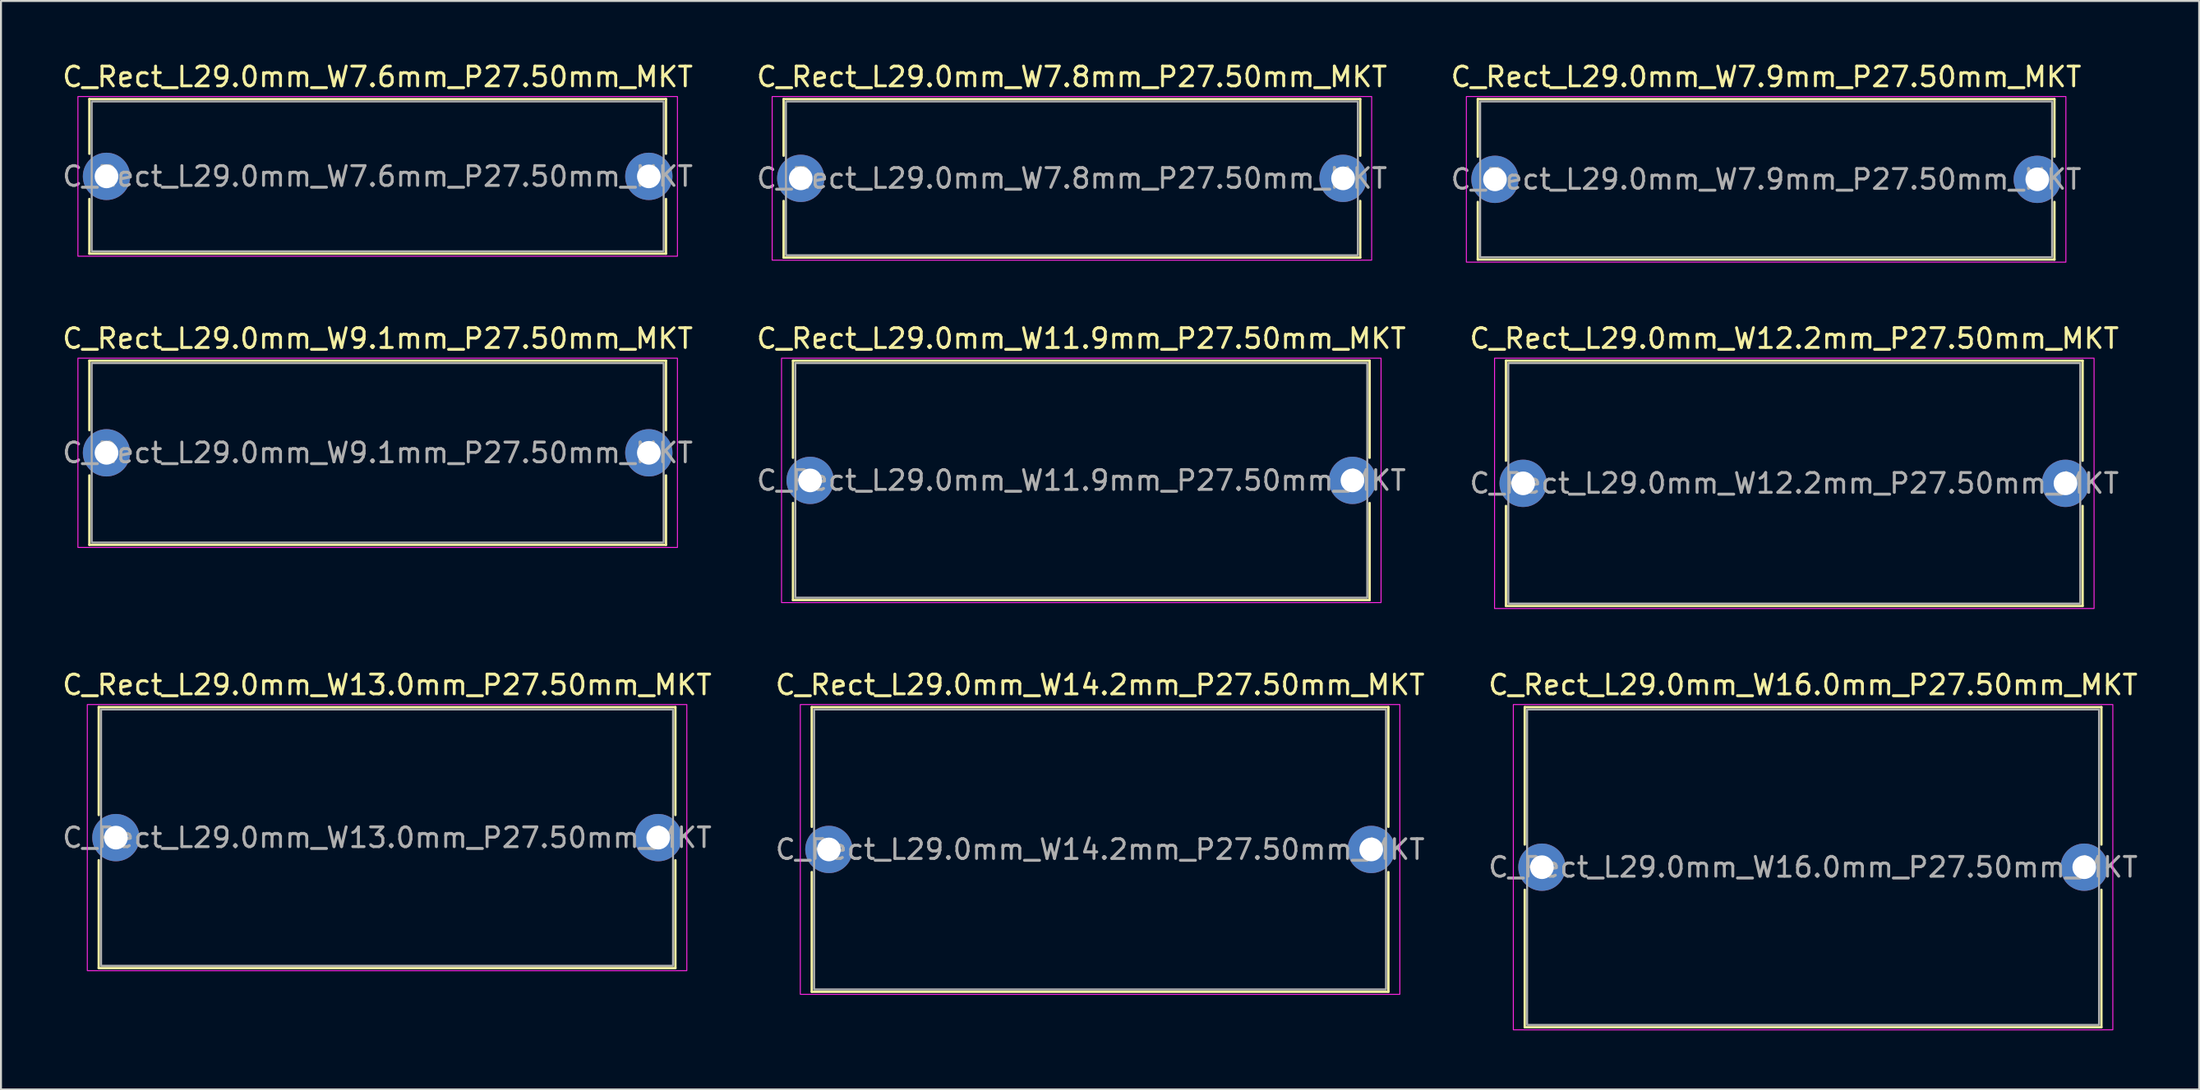
<source format=kicad_pcb>
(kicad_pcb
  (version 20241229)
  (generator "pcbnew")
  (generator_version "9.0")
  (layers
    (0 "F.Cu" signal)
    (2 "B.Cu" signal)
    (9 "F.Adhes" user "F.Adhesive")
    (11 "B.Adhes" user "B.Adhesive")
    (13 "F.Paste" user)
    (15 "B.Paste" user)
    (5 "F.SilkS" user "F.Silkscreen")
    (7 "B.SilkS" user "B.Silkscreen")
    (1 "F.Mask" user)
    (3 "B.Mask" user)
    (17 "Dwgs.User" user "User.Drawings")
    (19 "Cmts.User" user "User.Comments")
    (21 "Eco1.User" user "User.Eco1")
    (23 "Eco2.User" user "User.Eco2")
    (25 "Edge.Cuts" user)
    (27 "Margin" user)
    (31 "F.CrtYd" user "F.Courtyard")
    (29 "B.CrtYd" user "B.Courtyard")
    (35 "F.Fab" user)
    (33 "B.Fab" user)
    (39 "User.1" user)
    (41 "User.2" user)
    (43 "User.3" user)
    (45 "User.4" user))
  (footprint "C_Rect_L29.0mm_W7.8mm_P27.50mm_MKT"
    (layer "F.Cu")
    (at 37.554 5.998)
    (property "Reference" "C_Rect_L29.0mm_W7.8mm_P27.50mm_MKT" (at 13.75 -5.15 0) (layer "F.SilkS") (effects (font (size 1 1) (thickness 0.15))))
    (attr through_hole)
    (fp_line (start -0.87 -4.02) (end -0.87 -1.147) (stroke (width 0.12) (type solid)) (layer "F.SilkS"))
    (fp_line (start -0.87 -4.02) (end 28.37 -4.02) (stroke (width 0.12) (type solid)) (layer "F.SilkS"))
    (fp_line (start -0.87 1.147) (end -0.87 4.02) (stroke (width 0.12) (type solid)) (layer "F.SilkS"))
    (fp_line (start -0.87 4.02) (end 28.37 4.02) (stroke (width 0.12) (type solid)) (layer "F.SilkS"))
    (fp_line (start 28.37 -4.02) (end 28.37 -1.147) (stroke (width 0.12) (type solid)) (layer "F.SilkS"))
    (fp_line (start 28.37 1.147) (end 28.37 4.02) (stroke (width 0.12) (type solid)) (layer "F.SilkS"))
    (fp_rect (start -1.45 -4.15) (end 28.95 4.15) (stroke (width 0.05) (type solid)) (fill no) (layer "F.CrtYd"))
    (fp_rect (start -0.75 -3.9) (end 28.25 3.9) (stroke (width 0.1) (type solid)) (fill no) (layer "F.Fab"))
    (fp_text user "${REFERENCE}" (at 13.75 0 0) (layer "F.Fab") (effects (font (size 1 1) (thickness 0.15))))
    (pad "1" thru_hole circle (at 0 0) (size 2.4 2.4) (drill 1.2) (layers "*.Cu" "*.Mask"))
    (pad "2" thru_hole circle (at 27.5 0) (size 2.4 2.4) (drill 1.2) (layers "*.Cu" "*.Mask")))
  (footprint "C_Rect_L29.0mm_W7.6mm_P27.50mm_MKT"
    (layer "F.Cu")
    (at 2.351 5.898)
    (property "Reference" "C_Rect_L29.0mm_W7.6mm_P27.50mm_MKT" (at 13.75 -5.05 0) (layer "F.SilkS") (effects (font (size 1 1) (thickness 0.15))))
    (attr through_hole)
    (fp_line (start -0.87 -3.92) (end -0.87 -1.147) (stroke (width 0.12) (type solid)) (layer "F.SilkS"))
    (fp_line (start -0.87 -3.92) (end 28.37 -3.92) (stroke (width 0.12) (type solid)) (layer "F.SilkS"))
    (fp_line (start -0.87 1.147) (end -0.87 3.92) (stroke (width 0.12) (type solid)) (layer "F.SilkS"))
    (fp_line (start -0.87 3.92) (end 28.37 3.92) (stroke (width 0.12) (type solid)) (layer "F.SilkS"))
    (fp_line (start 28.37 -3.92) (end 28.37 -1.147) (stroke (width 0.12) (type solid)) (layer "F.SilkS"))
    (fp_line (start 28.37 1.147) (end 28.37 3.92) (stroke (width 0.12) (type solid)) (layer "F.SilkS"))
    (fp_rect (start -1.45 -4.05) (end 28.95 4.05) (stroke (width 0.05) (type solid)) (fill no) (layer "F.CrtYd"))
    (fp_rect (start -0.75 -3.8) (end 28.25 3.8) (stroke (width 0.1) (type solid)) (fill no) (layer "F.Fab"))
    (fp_text user "${REFERENCE}" (at 13.75 0 0) (layer "F.Fab") (effects (font (size 1 1) (thickness 0.15))))
    (pad "1" thru_hole circle (at 0 0) (size 2.4 2.4) (drill 1.2) (layers "*.Cu" "*.Mask"))
    (pad "2" thru_hole circle (at 27.5 0) (size 2.4 2.4) (drill 1.2) (layers "*.Cu" "*.Mask")))
  (footprint "C_Rect_L29.0mm_W11.9mm_P27.50mm_MKT"
    (layer "F.Cu")
    (at 38.03 21.322)
    (property "Reference" "C_Rect_L29.0mm_W11.9mm_P27.50mm_MKT" (at 13.75 -7.2 0) (layer "F.SilkS") (effects (font (size 1 1) (thickness 0.15))))
    (attr through_hole)
    (fp_line (start -0.87 -6.07) (end -0.87 -1.147) (stroke (width 0.12) (type solid)) (layer "F.SilkS"))
    (fp_line (start -0.87 -6.07) (end 28.37 -6.07) (stroke (width 0.12) (type solid)) (layer "F.SilkS"))
    (fp_line (start -0.87 1.147) (end -0.87 6.07) (stroke (width 0.12) (type solid)) (layer "F.SilkS"))
    (fp_line (start -0.87 6.07) (end 28.37 6.07) (stroke (width 0.12) (type solid)) (layer "F.SilkS"))
    (fp_line (start 28.37 -6.07) (end 28.37 -1.147) (stroke (width 0.12) (type solid)) (layer "F.SilkS"))
    (fp_line (start 28.37 1.147) (end 28.37 6.07) (stroke (width 0.12) (type solid)) (layer "F.SilkS"))
    (fp_rect (start -1.45 -6.2) (end 28.95 6.2) (stroke (width 0.05) (type solid)) (fill no) (layer "F.CrtYd"))
    (fp_rect (start -0.75 -5.95) (end 28.25 5.95) (stroke (width 0.1) (type solid)) (fill no) (layer "F.Fab"))
    (fp_text user "${REFERENCE}" (at 13.75 0 0) (layer "F.Fab") (effects (font (size 1 1) (thickness 0.15))))
    (pad "1" thru_hole circle (at 0 0) (size 2.4 2.4) (drill 1.2) (layers "*.Cu" "*.Mask"))
    (pad "2" thru_hole circle (at 27.5 0) (size 2.4 2.4) (drill 1.2) (layers "*.Cu" "*.Mask")))
  (footprint "C_Rect_L29.0mm_W12.2mm_P27.50mm_MKT"
    (layer "F.Cu")
    (at 74.185 21.471)
    (property "Reference" "C_Rect_L29.0mm_W12.2mm_P27.50mm_MKT" (at 13.75 -7.35 0) (layer "F.SilkS") (effects (font (size 1 1) (thickness 0.15))))
    (attr through_hole)
    (fp_line (start -0.87 -6.22) (end -0.87 -1.147) (stroke (width 0.12) (type solid)) (layer "F.SilkS"))
    (fp_line (start -0.87 -6.22) (end 28.37 -6.22) (stroke (width 0.12) (type solid)) (layer "F.SilkS"))
    (fp_line (start -0.87 1.147) (end -0.87 6.22) (stroke (width 0.12) (type solid)) (layer "F.SilkS"))
    (fp_line (start -0.87 6.22) (end 28.37 6.22) (stroke (width 0.12) (type solid)) (layer "F.SilkS"))
    (fp_line (start 28.37 -6.22) (end 28.37 -1.147) (stroke (width 0.12) (type solid)) (layer "F.SilkS"))
    (fp_line (start 28.37 1.147) (end 28.37 6.22) (stroke (width 0.12) (type solid)) (layer "F.SilkS"))
    (fp_rect (start -1.45 -6.35) (end 28.95 6.35) (stroke (width 0.05) (type solid)) (fill no) (layer "F.CrtYd"))
    (fp_rect (start -0.75 -6.1) (end 28.25 6.1) (stroke (width 0.1) (type solid)) (fill no) (layer "F.Fab"))
    (fp_text user "${REFERENCE}" (at 13.75 0 0) (layer "F.Fab") (effects (font (size 1 1) (thickness 0.15))))
    (pad "1" thru_hole circle (at 0 0) (size 2.4 2.4) (drill 1.2) (layers "*.Cu" "*.Mask"))
    (pad "2" thru_hole circle (at 27.5 0) (size 2.4 2.4) (drill 1.2) (layers "*.Cu" "*.Mask")))
  (footprint "C_Rect_L29.0mm_W14.2mm_P27.50mm_MKT"
    (layer "F.Cu")
    (at 38.982 40.045)
    (property "Reference" "C_Rect_L29.0mm_W14.2mm_P27.50mm_MKT" (at 13.75 -8.35 0) (layer "F.SilkS") (effects (font (size 1 1) (thickness 0.15))))
    (attr through_hole)
    (fp_line (start -0.87 -7.22) (end -0.87 -1.147) (stroke (width 0.12) (type solid)) (layer "F.SilkS"))
    (fp_line (start -0.87 -7.22) (end 28.37 -7.22) (stroke (width 0.12) (type solid)) (layer "F.SilkS"))
    (fp_line (start -0.87 1.147) (end -0.87 7.22) (stroke (width 0.12) (type solid)) (layer "F.SilkS"))
    (fp_line (start -0.87 7.22) (end 28.37 7.22) (stroke (width 0.12) (type solid)) (layer "F.SilkS"))
    (fp_line (start 28.37 -7.22) (end 28.37 -1.147) (stroke (width 0.12) (type solid)) (layer "F.SilkS"))
    (fp_line (start 28.37 1.147) (end 28.37 7.22) (stroke (width 0.12) (type solid)) (layer "F.SilkS"))
    (fp_rect (start -1.45 -7.35) (end 28.95 7.35) (stroke (width 0.05) (type solid)) (fill no) (layer "F.CrtYd"))
    (fp_rect (start -0.75 -7.1) (end 28.25 7.1) (stroke (width 0.1) (type solid)) (fill no) (layer "F.Fab"))
    (fp_text user "${REFERENCE}" (at 13.75 0 0) (layer "F.Fab") (effects (font (size 1 1) (thickness 0.15))))
    (pad "1" thru_hole circle (at 0 0) (size 2.4 2.4) (drill 1.2) (layers "*.Cu" "*.Mask"))
    (pad "2" thru_hole circle (at 27.5 0) (size 2.4 2.4) (drill 1.2) (layers "*.Cu" "*.Mask")))
  (footprint "C_Rect_L29.0mm_W7.9mm_P27.50mm_MKT"
    (layer "F.Cu")
    (at 72.756 6.048)
    (property "Reference" "C_Rect_L29.0mm_W7.9mm_P27.50mm_MKT" (at 13.75 -5.2 0) (layer "F.SilkS") (effects (font (size 1 1) (thickness 0.15))))
    (attr through_hole)
    (fp_line (start -0.87 -4.07) (end -0.87 -1.147) (stroke (width 0.12) (type solid)) (layer "F.SilkS"))
    (fp_line (start -0.87 -4.07) (end 28.37 -4.07) (stroke (width 0.12) (type solid)) (layer "F.SilkS"))
    (fp_line (start -0.87 1.147) (end -0.87 4.07) (stroke (width 0.12) (type solid)) (layer "F.SilkS"))
    (fp_line (start -0.87 4.07) (end 28.37 4.07) (stroke (width 0.12) (type solid)) (layer "F.SilkS"))
    (fp_line (start 28.37 -4.07) (end 28.37 -1.147) (stroke (width 0.12) (type solid)) (layer "F.SilkS"))
    (fp_line (start 28.37 1.147) (end 28.37 4.07) (stroke (width 0.12) (type solid)) (layer "F.SilkS"))
    (fp_rect (start -1.45 -4.2) (end 28.95 4.2) (stroke (width 0.05) (type solid)) (fill no) (layer "F.CrtYd"))
    (fp_rect (start -0.75 -3.95) (end 28.25 3.95) (stroke (width 0.1) (type solid)) (fill no) (layer "F.Fab"))
    (fp_text user "${REFERENCE}" (at 13.75 0 0) (layer "F.Fab") (effects (font (size 1 1) (thickness 0.15))))
    (pad "1" thru_hole circle (at 0 0) (size 2.4 2.4) (drill 1.2) (layers "*.Cu" "*.Mask"))
    (pad "2" thru_hole circle (at 27.5 0) (size 2.4 2.4) (drill 1.2) (layers "*.Cu" "*.Mask")))
  (footprint "C_Rect_L29.0mm_W16.0mm_P27.50mm_MKT"
    (layer "F.Cu")
    (at 75.137 40.945)
    (property "Reference" "C_Rect_L29.0mm_W16.0mm_P27.50mm_MKT" (at 13.75 -9.25 0) (layer "F.SilkS") (effects (font (size 1 1) (thickness 0.15))))
    (attr through_hole)
    (fp_line (start -0.87 -8.12) (end -0.87 -1.147) (stroke (width 0.12) (type solid)) (layer "F.SilkS"))
    (fp_line (start -0.87 -8.12) (end 28.37 -8.12) (stroke (width 0.12) (type solid)) (layer "F.SilkS"))
    (fp_line (start -0.87 1.147) (end -0.87 8.12) (stroke (width 0.12) (type solid)) (layer "F.SilkS"))
    (fp_line (start -0.87 8.12) (end 28.37 8.12) (stroke (width 0.12) (type solid)) (layer "F.SilkS"))
    (fp_line (start 28.37 -8.12) (end 28.37 -1.147) (stroke (width 0.12) (type solid)) (layer "F.SilkS"))
    (fp_line (start 28.37 1.147) (end 28.37 8.12) (stroke (width 0.12) (type solid)) (layer "F.SilkS"))
    (fp_rect (start -1.45 -8.25) (end 28.95 8.25) (stroke (width 0.05) (type solid)) (fill no) (layer "F.CrtYd"))
    (fp_rect (start -0.75 -8) (end 28.25 8) (stroke (width 0.1) (type solid)) (fill no) (layer "F.Fab"))
    (fp_text user "${REFERENCE}" (at 13.75 0 0) (layer "F.Fab") (effects (font (size 1 1) (thickness 0.15))))
    (pad "1" thru_hole circle (at 0 0) (size 2.4 2.4) (drill 1.2) (layers "*.Cu" "*.Mask"))
    (pad "2" thru_hole circle (at 27.5 0) (size 2.4 2.4) (drill 1.2) (layers "*.Cu" "*.Mask")))
  (footprint "C_Rect_L29.0mm_W13.0mm_P27.50mm_MKT"
    (layer "F.Cu")
    (at 2.827 39.445)
    (property "Reference" "C_Rect_L29.0mm_W13.0mm_P27.50mm_MKT" (at 13.75 -7.75 0) (layer "F.SilkS") (effects (font (size 1 1) (thickness 0.15))))
    (attr through_hole)
    (fp_line (start -0.87 -6.62) (end -0.87 -1.147) (stroke (width 0.12) (type solid)) (layer "F.SilkS"))
    (fp_line (start -0.87 -6.62) (end 28.37 -6.62) (stroke (width 0.12) (type solid)) (layer "F.SilkS"))
    (fp_line (start -0.87 1.147) (end -0.87 6.62) (stroke (width 0.12) (type solid)) (layer "F.SilkS"))
    (fp_line (start -0.87 6.62) (end 28.37 6.62) (stroke (width 0.12) (type solid)) (layer "F.SilkS"))
    (fp_line (start 28.37 -6.62) (end 28.37 -1.147) (stroke (width 0.12) (type solid)) (layer "F.SilkS"))
    (fp_line (start 28.37 1.147) (end 28.37 6.62) (stroke (width 0.12) (type solid)) (layer "F.SilkS"))
    (fp_rect (start -1.45 -6.75) (end 28.95 6.75) (stroke (width 0.05) (type solid)) (fill no) (layer "F.CrtYd"))
    (fp_rect (start -0.75 -6.5) (end 28.25 6.5) (stroke (width 0.1) (type solid)) (fill no) (layer "F.Fab"))
    (fp_text user "${REFERENCE}" (at 13.75 0 0) (layer "F.Fab") (effects (font (size 1 1) (thickness 0.15))))
    (pad "1" thru_hole circle (at 0 0) (size 2.4 2.4) (drill 1.2) (layers "*.Cu" "*.Mask"))
    (pad "2" thru_hole circle (at 27.5 0) (size 2.4 2.4) (drill 1.2) (layers "*.Cu" "*.Mask")))
  (footprint "C_Rect_L29.0mm_W9.1mm_P27.50mm_MKT"
    (layer "F.Cu")
    (at 2.351 19.922)
    (property "Reference" "C_Rect_L29.0mm_W9.1mm_P27.50mm_MKT" (at 13.75 -5.8 0) (layer "F.SilkS") (effects (font (size 1 1) (thickness 0.15))))
    (attr through_hole)
    (fp_line (start -0.87 -4.67) (end -0.87 -1.147) (stroke (width 0.12) (type solid)) (layer "F.SilkS"))
    (fp_line (start -0.87 -4.67) (end 28.37 -4.67) (stroke (width 0.12) (type solid)) (layer "F.SilkS"))
    (fp_line (start -0.87 1.147) (end -0.87 4.67) (stroke (width 0.12) (type solid)) (layer "F.SilkS"))
    (fp_line (start -0.87 4.67) (end 28.37 4.67) (stroke (width 0.12) (type solid)) (layer "F.SilkS"))
    (fp_line (start 28.37 -4.67) (end 28.37 -1.147) (stroke (width 0.12) (type solid)) (layer "F.SilkS"))
    (fp_line (start 28.37 1.147) (end 28.37 4.67) (stroke (width 0.12) (type solid)) (layer "F.SilkS"))
    (fp_rect (start -1.45 -4.8) (end 28.95 4.8) (stroke (width 0.05) (type solid)) (fill no) (layer "F.CrtYd"))
    (fp_rect (start -0.75 -4.55) (end 28.25 4.55) (stroke (width 0.1) (type solid)) (fill no) (layer "F.Fab"))
    (fp_text user "${REFERENCE}" (at 13.75 0 0) (layer "F.Fab") (effects (font (size 1 1) (thickness 0.15))))
    (pad "1" thru_hole circle (at 0 0) (size 2.4 2.4) (drill 1.2) (layers "*.Cu" "*.Mask"))
    (pad "2" thru_hole circle (at 27.5 0) (size 2.4 2.4) (drill 1.2) (layers "*.Cu" "*.Mask")))
  (gr_rect
    (start -3 -3)
    (end 108.464 52.22)
    (stroke (width 0.1) (type default))
    (fill no)
    (layer "Edge.Cuts")))
</source>
